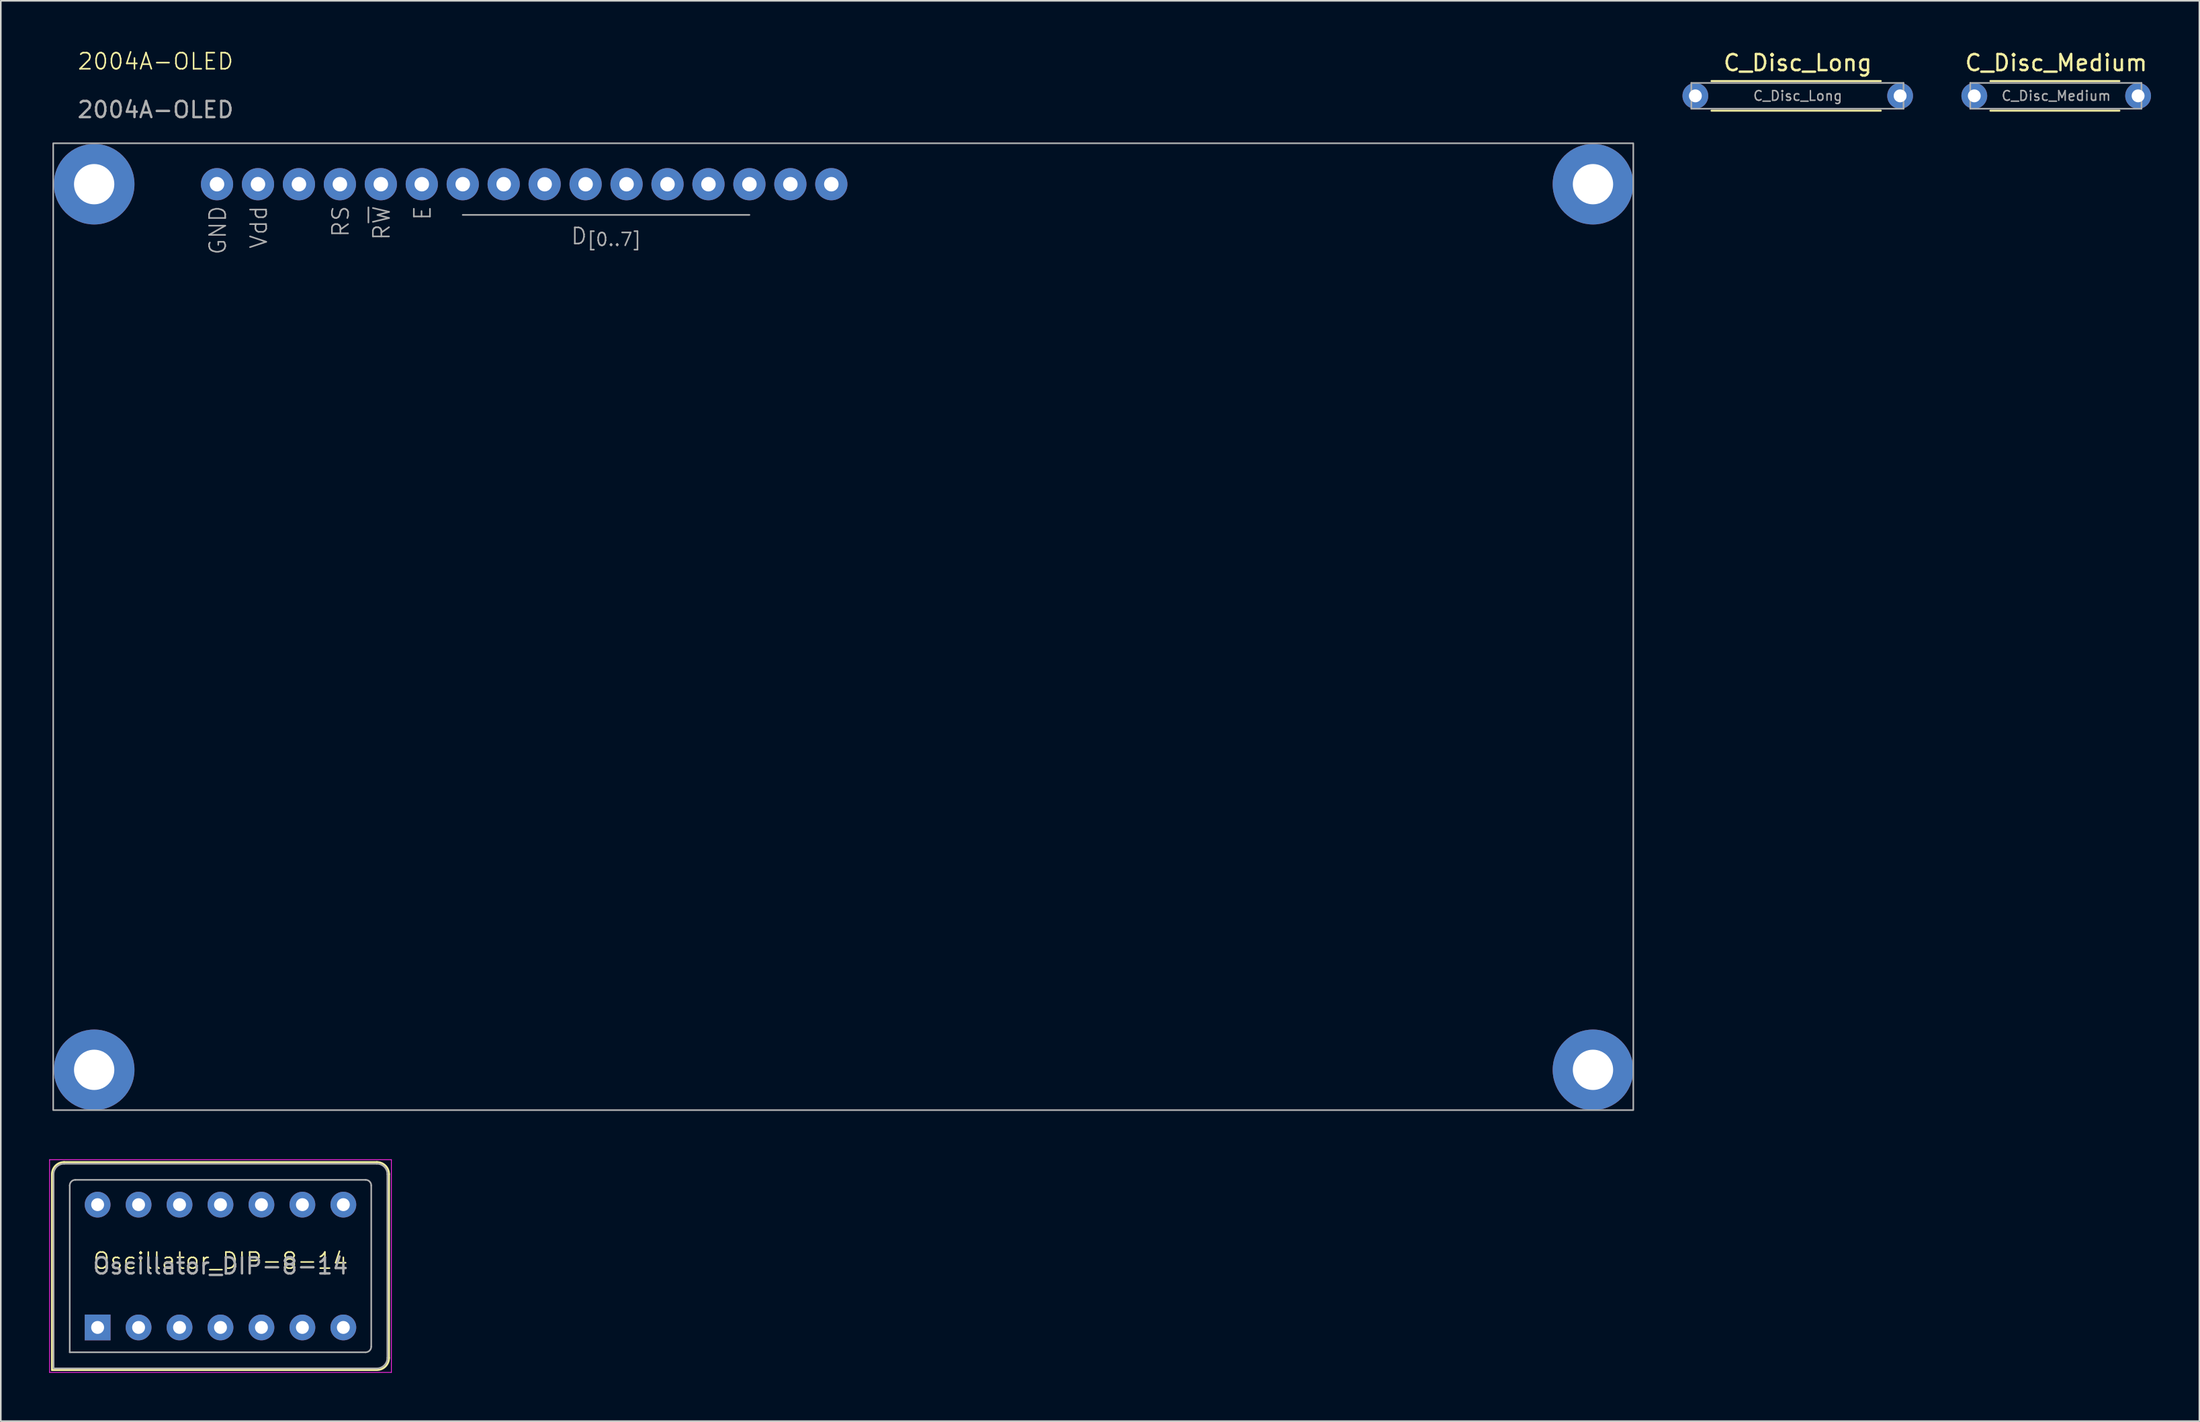
<source format=kicad_pcb>
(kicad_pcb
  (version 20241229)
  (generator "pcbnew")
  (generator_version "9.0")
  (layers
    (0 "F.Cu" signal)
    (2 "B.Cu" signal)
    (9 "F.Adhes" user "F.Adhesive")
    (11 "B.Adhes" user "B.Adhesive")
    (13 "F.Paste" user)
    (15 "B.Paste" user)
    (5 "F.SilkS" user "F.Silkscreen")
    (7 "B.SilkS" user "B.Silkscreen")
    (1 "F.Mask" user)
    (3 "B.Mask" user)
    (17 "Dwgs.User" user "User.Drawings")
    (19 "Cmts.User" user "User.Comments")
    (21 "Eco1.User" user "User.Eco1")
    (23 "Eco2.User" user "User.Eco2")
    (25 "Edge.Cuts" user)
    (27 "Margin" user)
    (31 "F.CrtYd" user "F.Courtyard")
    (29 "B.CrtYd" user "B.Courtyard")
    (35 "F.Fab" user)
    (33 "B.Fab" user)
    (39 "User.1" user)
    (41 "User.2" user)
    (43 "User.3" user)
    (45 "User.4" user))
  (footprint "Oscillator_DIP-8-14"
    (layer "F.Cu")
    (at 10.625 75.686)
    (property "Reference" "Oscillator_DIP-8-14" (at 0 -0.5 0) (unlocked yes) (layer "F.SilkS") (effects (font (size 1 1) (thickness 0.1))))
    (attr through_hole)
    (fp_line (start -10.45 -5.87) (end -10.45 6.28) (stroke (width 0.12) (type solid)) (layer "F.SilkS"))
    (fp_line (start -10.45 6.28) (end 9.7 6.28) (stroke (width 0.12) (type solid)) (layer "F.SilkS"))
    (fp_line (start 9.7 -6.62) (end -9.7 -6.62) (stroke (width 0.12) (type solid)) (layer "F.SilkS"))
    (fp_line (start 10.45 5.53) (end 10.45 -5.87) (stroke (width 0.12) (type solid)) (layer "F.SilkS"))
    (fp_arc (start -10.45 -5.87) (mid -10.23033 -6.40033) (end -9.7 -6.62) (stroke (width 0.12) (type solid)) (layer "F.SilkS"))
    (fp_arc (start 9.7 -6.62) (mid 10.23033 -6.40033) (end 10.45 -5.87) (stroke (width 0.12) (type solid)) (layer "F.SilkS"))
    (fp_arc (start 10.45 5.53) (mid 10.23033 6.06033) (end 9.7 6.28) (stroke (width 0.12) (type solid)) (layer "F.SilkS"))
    (fp_line (start -10.6 -6.77) (end -10.6 6.43) (stroke (width 0.05) (type solid)) (layer "F.CrtYd"))
    (fp_line (start -10.6 6.43) (end 10.6 6.43) (stroke (width 0.05) (type solid)) (layer "F.CrtYd"))
    (fp_line (start 10.6 -6.77) (end -10.6 -6.77) (stroke (width 0.05) (type solid)) (layer "F.CrtYd"))
    (fp_line (start 10.6 6.43) (end 10.6 -6.77) (stroke (width 0.05) (type solid)) (layer "F.CrtYd"))
    (fp_line (start -10.35 6.18) (end -10.35 -5.87) (stroke (width 0.1) (type solid)) (layer "F.Fab"))
    (fp_line (start -10.35 6.18) (end 9.7 6.18) (stroke (width 0.1) (type solid)) (layer "F.Fab"))
    (fp_line (start -9.7 -6.52) (end 9.7 -6.52) (stroke (width 0.1) (type solid)) (layer "F.Fab"))
    (fp_line (start -9.35 5.18) (end -9.35 -5.17) (stroke (width 0.1) (type solid)) (layer "F.Fab"))
    (fp_line (start -9.35 5.18) (end 9 5.18) (stroke (width 0.1) (type solid)) (layer "F.Fab"))
    (fp_line (start -9 -5.52) (end 9 -5.52) (stroke (width 0.1) (type solid)) (layer "F.Fab"))
    (fp_line (start 9.35 4.83) (end 9.35 -5.17) (stroke (width 0.1) (type solid)) (layer "F.Fab"))
    (fp_line (start 10.35 -5.87) (end 10.35 5.53) (stroke (width 0.1) (type solid)) (layer "F.Fab"))
    (fp_arc (start -10.35 -5.87) (mid -10.159619 -6.329619) (end -9.7 -6.52) (stroke (width 0.1) (type solid)) (layer "F.Fab"))
    (fp_arc (start -9.35 -5.17) (mid -9.247487 -5.417487) (end -9 -5.52) (stroke (width 0.1) (type solid)) (layer "F.Fab"))
    (fp_arc (start 9 -5.52) (mid 9.247487 -5.417487) (end 9.35 -5.17) (stroke (width 0.1) (type solid)) (layer "F.Fab"))
    (fp_arc (start 9.35 4.83) (mid 9.247487 5.077487) (end 9 5.18) (stroke (width 0.1) (type solid)) (layer "F.Fab"))
    (fp_arc (start 9.7 -6.52) (mid 10.159619 -6.329619) (end 10.35 -5.87) (stroke (width 0.1) (type solid)) (layer "F.Fab"))
    (fp_arc (start 10.35 5.53) (mid 10.159619 5.989619) (end 9.7 6.18) (stroke (width 0.1) (type solid)) (layer "F.Fab"))
    (fp_text user "${REFERENCE}" (at 0 -0.17 0) (layer "F.Fab") (effects (font (size 1 1) (thickness 0.15))))
    (pad "" thru_hole circle (at 0 -3.98) (size 1.6 1.6) (drill 0.8) (layers "*.Cu" "*.Mask"))
    (pad "" thru_hole circle (at 0 3.64) (size 1.6 1.6) (drill 0.8) (layers "*.Cu" "*.Mask"))
    (pad "1" thru_hole rect (at -7.62 3.64) (size 1.6 1.6) (drill 0.8) (layers "*.Cu" "*.Mask"))
    (pad "2" thru_hole oval (at -5.08 3.64) (size 1.6 1.6) (drill 0.8) (layers "*.Cu" "*.Mask"))
    (pad "3" thru_hole oval (at -2.54 3.64) (size 1.6 1.6) (drill 0.8) (layers "*.Cu" "*.Mask"))
    (pad "5" thru_hole circle (at 2.54 3.64) (size 1.6 1.6) (drill 0.8) (layers "*.Cu" "*.Mask"))
    (pad "6" thru_hole circle (at 5.08 3.64) (size 1.6 1.6) (drill 0.8) (layers "*.Cu" "*.Mask"))
    (pad "7" thru_hole circle (at 7.62 3.64) (size 1.6 1.6) (drill 0.8) (layers "*.Cu" "*.Mask"))
    (pad "8" thru_hole circle (at 7.62 -3.98) (size 1.6 1.6) (drill 0.8) (layers "*.Cu" "*.Mask"))
    (pad "9" thru_hole circle (at 5.08 -3.98) (size 1.6 1.6) (drill 0.8) (layers "*.Cu" "*.Mask"))
    (pad "10" thru_hole circle (at 2.54 -3.98) (size 1.6 1.6) (drill 0.8) (layers "*.Cu" "*.Mask"))
    (pad "12" thru_hole circle (at -2.54 -3.98) (size 1.6 1.6) (drill 0.8) (layers "*.Cu" "*.Mask"))
    (pad "13" thru_hole circle (at -5.08 -3.98) (size 1.6 1.6) (drill 0.8) (layers "*.Cu" "*.Mask"))
    (pad "14" thru_hole circle (at -7.62 -3.98) (size 1.6 1.6) (drill 0.8) (layers "*.Cu" "*.Mask")))
  (footprint "C_Disc_Long"
    (layer "F.Cu")
    (at 102.1 2.898)
    (property "Reference" "C_Disc_Long" (at 6.35 -2.05 0) (layer "F.SilkS") (effects (font (size 1 1) (thickness 0.15))))
    (attr through_hole)
    (fp_line (start 1 -0.92) (end 11.5 -0.92) (stroke (width 0.12) (type solid)) (layer "F.SilkS"))
    (fp_line (start 1 0.92) (end 11.5 0.92) (stroke (width 0.12) (type solid)) (layer "F.SilkS"))
    (fp_line (start -0.25 -0.8) (end -0.25 0.8) (stroke (width 0.1) (type solid)) (layer "F.Fab"))
    (fp_line (start -0.25 0.8) (end 12.91 0.8) (stroke (width 0.1) (type solid)) (layer "F.Fab"))
    (fp_line (start 12.91 -0.8) (end -0.25 -0.8) (stroke (width 0.1) (type solid)) (layer "F.Fab"))
    (fp_line (start 12.91 0.8) (end 12.91 -0.8) (stroke (width 0.1) (type solid)) (layer "F.Fab"))
    (fp_text user "${REFERENCE}" (at 6.35 0 0) (layer "F.Fab") (effects (font (size 0.6 0.6) (thickness 0.09))))
    (pad "1" thru_hole circle (at 0 0) (size 1.6 1.6) (drill 0.8) (layers "*.Cu" "*.Mask"))
    (pad "2" thru_hole circle (at 12.7 0) (size 1.6 1.6) (drill 0.8) (layers "*.Cu" "*.Mask")))
  (footprint "C_Disc_Medium"
    (layer "F.Cu")
    (at 119.4 2.898)
    (property "Reference" "C_Disc_Medium" (at 5.08 -2.05 0) (layer "F.SilkS") (effects (font (size 1 1) (thickness 0.15))))
    (attr through_hole)
    (fp_line (start 1 -0.92) (end 9 -0.92) (stroke (width 0.12) (type solid)) (layer "F.SilkS"))
    (fp_line (start 1 0.92) (end 9 0.92) (stroke (width 0.12) (type solid)) (layer "F.SilkS"))
    (fp_line (start -0.25 -0.8) (end -0.25 0.8) (stroke (width 0.1) (type solid)) (layer "F.Fab"))
    (fp_line (start -0.25 0.8) (end 10.37 0.8) (stroke (width 0.1) (type solid)) (layer "F.Fab"))
    (fp_line (start 10.37 -0.8) (end -0.25 -0.8) (stroke (width 0.1) (type solid)) (layer "F.Fab"))
    (fp_line (start 10.37 0.8) (end 10.37 -0.8) (stroke (width 0.1) (type solid)) (layer "F.Fab"))
    (fp_text user "${REFERENCE}" (at 5.08 0 0) (layer "F.Fab") (effects (font (size 0.6 0.6) (thickness 0.09))))
    (pad "1" thru_hole circle (at 0 0) (size 1.6 1.6) (drill 0.8) (layers "*.Cu" "*.Mask"))
    (pad "2" thru_hole circle (at 10.16 0) (size 1.6 1.6) (drill 0.8) (layers "*.Cu" "*.Mask")))
  (footprint "2004A-OLED"
    (layer "F.Cu")
    (at 0.25 5.84)
    (property "Reference" "2004A-OLED" (at 6.35 -5.08 0) (unlocked yes) (layer "F.SilkS") (effects (font (size 1 1) (thickness 0.1))))
    (attr through_hole)
    (fp_line (start 25.4 4.445) (end 43.18 4.445) (stroke (width 0.1) (type default)) (layer "F.Fab"))
    (fp_rect (start 0 0) (end 98 60) (stroke (width 0.1) (type default)) (fill no) (layer "F.Fab"))
    (fp_text user "R~{W}" (at 20.955 3.81 90) (unlocked yes) (layer "F.Fab") (effects (font (size 1 1) (thickness 0.1)) (justify right bottom)))
    (fp_text user "GND" (at 10.795 3.81 90) (unlocked yes) (layer "F.Fab") (effects (font (size 1 1) (thickness 0.1)) (justify right bottom)))
    (fp_text user "Vdd" (at 13.335 3.81 90) (unlocked yes) (layer "F.Fab") (effects (font (size 1 1) (thickness 0.1)) (justify right bottom)))
    (fp_text user "D_{[0..7]}" (at 34.29 6.35 0) (unlocked yes) (layer "F.Fab") (effects (font (size 1 1) (thickness 0.1)) (justify bottom)))
    (fp_text user "${REFERENCE}" (at 6.35 -2.08 0) (unlocked yes) (layer "F.Fab") (effects (font (size 1 1) (thickness 0.15))))
    (fp_text user "RS" (at 18.415 3.81 90) (unlocked yes) (layer "F.Fab") (effects (font (size 1 1) (thickness 0.1)) (justify right bottom)))
    (fp_text user "E" (at 23.495 3.81 90) (unlocked yes) (layer "F.Fab") (effects (font (size 1 1) (thickness 0.1)) (justify right bottom)))
    (pad "" thru_hole circle (at 2.54 2.54) (size 5 5) (drill 2.5) (layers "*.Cu" "*.Mask"))
    (pad "" thru_hole circle (at 2.54 57.5) (size 5 5) (drill 2.5) (layers "*.Cu" "*.Mask"))
    (pad "" thru_hole circle (at 15.24 2.54) (size 2 2) (drill 0.9) (layers "*.Cu" "*.Mask"))
    (pad "" thru_hole circle (at 45.72 2.54) (size 2 2) (drill 0.9) (layers "*.Cu" "*.Mask"))
    (pad "" thru_hole circle (at 48.26 2.54) (size 2 2) (drill 0.9) (layers "*.Cu" "*.Mask"))
    (pad "" thru_hole circle (at 95.5 2.54) (size 5 5) (drill 2.5) (layers "*.Cu" "*.Mask"))
    (pad "" thru_hole circle (at 95.5 57.5) (size 5 5) (drill 2.5) (layers "*.Cu" "*.Mask"))
    (pad "1" thru_hole circle (at 10.16 2.54) (size 2 2) (drill 0.9) (layers "*.Cu" "*.Mask"))
    (pad "2" thru_hole circle (at 12.7 2.54) (size 2 2) (drill 0.9) (layers "*.Cu" "*.Mask"))
    (pad "4" thru_hole circle (at 17.78 2.54) (size 2 2) (drill 0.9) (layers "*.Cu" "*.Mask"))
    (pad "5" thru_hole circle (at 20.32 2.54) (size 2 2) (drill 0.9) (layers "*.Cu" "*.Mask"))
    (pad "6" thru_hole circle (at 22.86 2.54) (size 2 2) (drill 0.9) (layers "*.Cu" "*.Mask"))
    (pad "7" thru_hole circle (at 25.4 2.54) (size 2 2) (drill 0.9) (layers "*.Cu" "*.Mask"))
    (pad "8" thru_hole circle (at 27.94 2.54) (size 2 2) (drill 0.9) (layers "*.Cu" "*.Mask"))
    (pad "9" thru_hole circle (at 30.48 2.54) (size 2 2) (drill 0.9) (layers "*.Cu" "*.Mask"))
    (pad "10" thru_hole circle (at 33.02 2.54) (size 2 2) (drill 0.9) (layers "*.Cu" "*.Mask"))
    (pad "11" thru_hole circle (at 35.56 2.54) (size 2 2) (drill 0.9) (layers "*.Cu" "*.Mask"))
    (pad "12" thru_hole circle (at 38.1 2.54) (size 2 2) (drill 0.9) (layers "*.Cu" "*.Mask"))
    (pad "13" thru_hole circle (at 40.64 2.54) (size 2 2) (drill 0.9) (layers "*.Cu" "*.Mask"))
    (pad "14" thru_hole circle (at 43.18 2.54) (size 2 2) (drill 0.9) (layers "*.Cu" "*.Mask")))
  (gr_rect
    (start -3 -3)
    (end 133.36 85.141)
    (stroke (width 0.1) (type default))
    (fill no)
    (layer "Edge.Cuts")))
</source>
